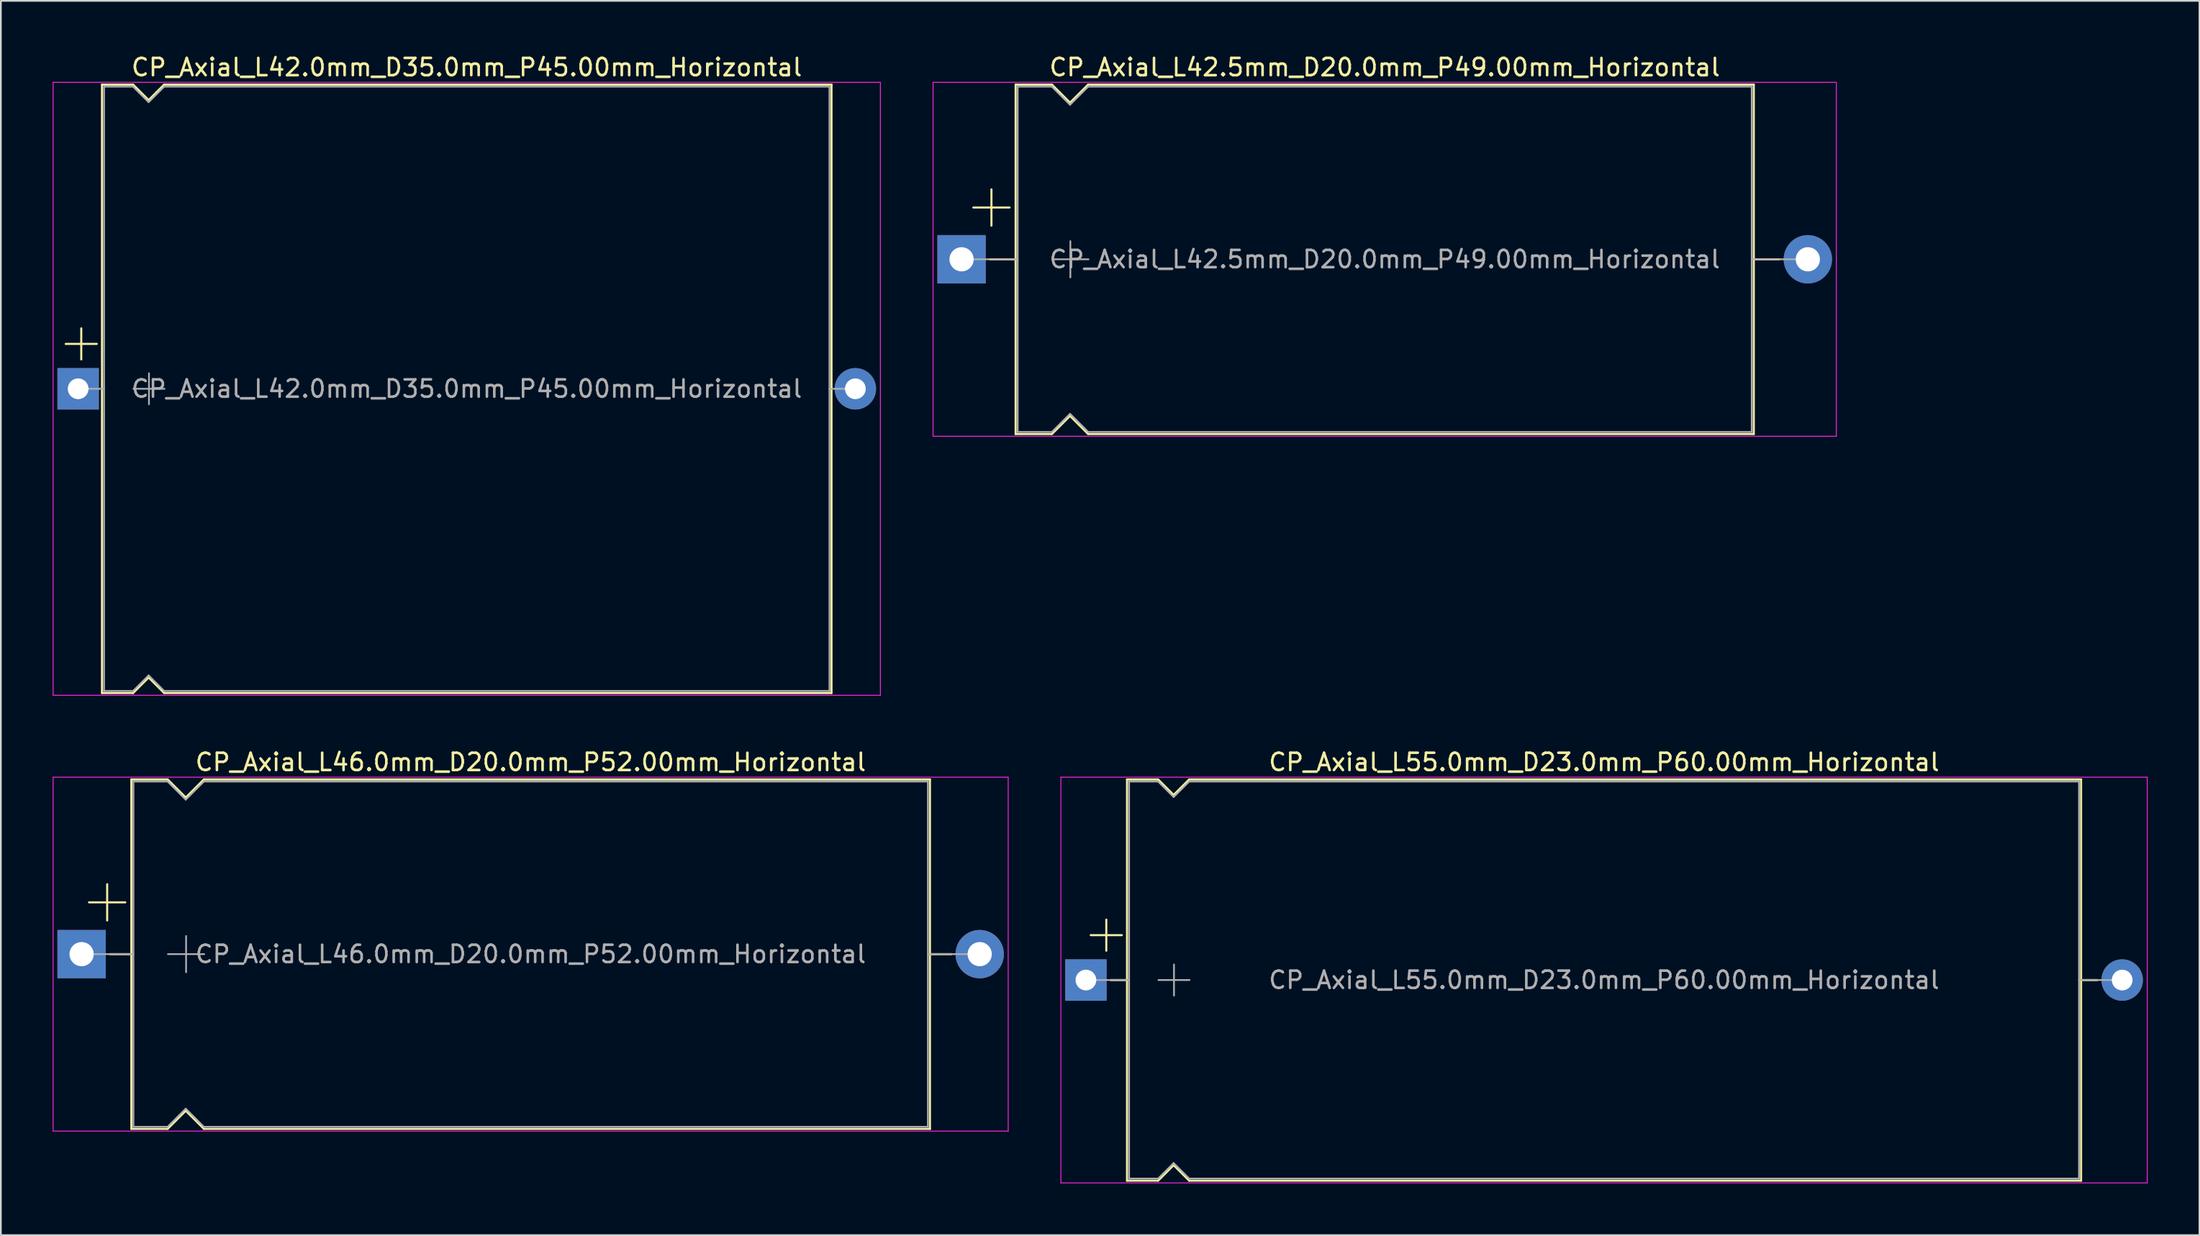
<source format=kicad_pcb>
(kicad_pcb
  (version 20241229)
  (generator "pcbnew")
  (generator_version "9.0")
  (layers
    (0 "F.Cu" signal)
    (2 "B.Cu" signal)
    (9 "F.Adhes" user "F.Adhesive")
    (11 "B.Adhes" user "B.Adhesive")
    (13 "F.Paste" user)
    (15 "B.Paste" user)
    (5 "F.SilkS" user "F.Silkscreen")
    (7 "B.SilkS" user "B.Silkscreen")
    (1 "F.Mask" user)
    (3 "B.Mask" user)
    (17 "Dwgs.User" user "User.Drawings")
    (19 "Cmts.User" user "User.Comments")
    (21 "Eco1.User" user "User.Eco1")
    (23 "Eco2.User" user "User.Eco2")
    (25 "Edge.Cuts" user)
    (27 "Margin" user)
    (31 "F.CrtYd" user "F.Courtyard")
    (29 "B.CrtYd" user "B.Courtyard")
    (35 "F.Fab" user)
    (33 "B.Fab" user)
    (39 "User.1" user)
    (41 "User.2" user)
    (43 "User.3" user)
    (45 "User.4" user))
  (footprint "CP_Axial_L42.0mm_D35.0mm_P45.00mm_Horizontal"
    (layer "F.Cu")
    (at 1.475 19.468)
    (property "Reference" "CP_Axial_L42.0mm_D35.0mm_P45.00mm_Horizontal" (at 22.5 -18.62 0) (layer "F.SilkS") (effects (font (size 1 1) (thickness 0.15))))
    (attr through_hole)
    (fp_line (start -0.72 -2.6) (end 1.08 -2.6) (stroke (width 0.12) (type solid)) (layer "F.SilkS"))
    (fp_line (start 0.18 -3.5) (end 0.18 -1.7) (stroke (width 0.12) (type solid)) (layer "F.SilkS"))
    (fp_line (start 1.38 -17.62) (end 1.38 17.62) (stroke (width 0.12) (type solid)) (layer "F.SilkS"))
    (fp_line (start 1.38 -17.62) (end 3.18 -17.62) (stroke (width 0.12) (type solid)) (layer "F.SilkS"))
    (fp_line (start 1.38 17.62) (end 3.18 17.62) (stroke (width 0.12) (type solid)) (layer "F.SilkS"))
    (fp_line (start 3.18 -17.62) (end 4.08 -16.72) (stroke (width 0.12) (type solid)) (layer "F.SilkS"))
    (fp_line (start 3.18 17.62) (end 4.08 16.72) (stroke (width 0.12) (type solid)) (layer "F.SilkS"))
    (fp_line (start 4.08 -16.72) (end 4.98 -17.62) (stroke (width 0.12) (type solid)) (layer "F.SilkS"))
    (fp_line (start 4.08 16.72) (end 4.98 17.62) (stroke (width 0.12) (type solid)) (layer "F.SilkS"))
    (fp_line (start 4.98 -17.62) (end 43.62 -17.62) (stroke (width 0.12) (type solid)) (layer "F.SilkS"))
    (fp_line (start 4.98 17.62) (end 43.62 17.62) (stroke (width 0.12) (type solid)) (layer "F.SilkS"))
    (fp_line (start 43.62 -17.62) (end 43.62 17.62) (stroke (width 0.12) (type solid)) (layer "F.SilkS"))
    (fp_line (start -1.45 -17.75) (end -1.45 17.75) (stroke (width 0.05) (type solid)) (layer "F.CrtYd"))
    (fp_line (start -1.45 17.75) (end 46.45 17.75) (stroke (width 0.05) (type solid)) (layer "F.CrtYd"))
    (fp_line (start 46.45 -17.75) (end -1.45 -17.75) (stroke (width 0.05) (type solid)) (layer "F.CrtYd"))
    (fp_line (start 46.45 17.75) (end 46.45 -17.75) (stroke (width 0.05) (type solid)) (layer "F.CrtYd"))
    (fp_line (start 0 0) (end 1.5 0) (stroke (width 0.1) (type solid)) (layer "F.Fab"))
    (fp_line (start 1.5 -17.5) (end 1.5 17.5) (stroke (width 0.1) (type solid)) (layer "F.Fab"))
    (fp_line (start 1.5 -17.5) (end 3.18 -17.5) (stroke (width 0.1) (type solid)) (layer "F.Fab"))
    (fp_line (start 1.5 17.5) (end 3.18 17.5) (stroke (width 0.1) (type solid)) (layer "F.Fab"))
    (fp_line (start 3.18 -17.5) (end 4.08 -16.6) (stroke (width 0.1) (type solid)) (layer "F.Fab"))
    (fp_line (start 3.18 17.5) (end 4.08 16.6) (stroke (width 0.1) (type solid)) (layer "F.Fab"))
    (fp_line (start 3.2 0) (end 5 0) (stroke (width 0.1) (type solid)) (layer "F.Fab"))
    (fp_line (start 4.08 -16.6) (end 4.98 -17.5) (stroke (width 0.1) (type solid)) (layer "F.Fab"))
    (fp_line (start 4.08 16.6) (end 4.98 17.5) (stroke (width 0.1) (type solid)) (layer "F.Fab"))
    (fp_line (start 4.1 -0.9) (end 4.1 0.9) (stroke (width 0.1) (type solid)) (layer "F.Fab"))
    (fp_line (start 4.98 -17.5) (end 43.5 -17.5) (stroke (width 0.1) (type solid)) (layer "F.Fab"))
    (fp_line (start 4.98 17.5) (end 43.5 17.5) (stroke (width 0.1) (type solid)) (layer "F.Fab"))
    (fp_line (start 43.5 -17.5) (end 43.5 17.5) (stroke (width 0.1) (type solid)) (layer "F.Fab"))
    (fp_line (start 45 0) (end 43.5 0) (stroke (width 0.1) (type solid)) (layer "F.Fab"))
    (fp_text user "${REFERENCE}" (at 22.5 0 0) (layer "F.Fab") (effects (font (size 1 1) (thickness 0.15))))
    (pad "1" thru_hole rect (at 0 0) (size 2.4 2.4) (drill 1.2) (layers "*.Cu" "*.Mask"))
    (pad "2" thru_hole oval (at 45 0) (size 2.4 2.4) (drill 1.2) (layers "*.Cu" "*.Mask")))
  (footprint "CP_Axial_L55.0mm_D23.0mm_P60.00mm_Horizontal"
    (layer "F.Cu")
    (at 59.825 53.712)
    (property "Reference" "CP_Axial_L55.0mm_D23.0mm_P60.00mm_Horizontal" (at 30 -12.62 0) (layer "F.SilkS") (effects (font (size 1 1) (thickness 0.15))))
    (attr through_hole)
    (fp_line (start 0.28 -2.6) (end 2.08 -2.6) (stroke (width 0.12) (type solid)) (layer "F.SilkS"))
    (fp_line (start 1.18 -3.5) (end 1.18 -1.7) (stroke (width 0.12) (type solid)) (layer "F.SilkS"))
    (fp_line (start 1.44 0) (end 2.38 0) (stroke (width 0.12) (type solid)) (layer "F.SilkS"))
    (fp_line (start 2.38 -11.62) (end 2.38 11.62) (stroke (width 0.12) (type solid)) (layer "F.SilkS"))
    (fp_line (start 2.38 -11.62) (end 4.18 -11.62) (stroke (width 0.12) (type solid)) (layer "F.SilkS"))
    (fp_line (start 2.38 11.62) (end 4.18 11.62) (stroke (width 0.12) (type solid)) (layer "F.SilkS"))
    (fp_line (start 4.18 -11.62) (end 5.08 -10.72) (stroke (width 0.12) (type solid)) (layer "F.SilkS"))
    (fp_line (start 4.18 11.62) (end 5.08 10.72) (stroke (width 0.12) (type solid)) (layer "F.SilkS"))
    (fp_line (start 5.08 -10.72) (end 5.98 -11.62) (stroke (width 0.12) (type solid)) (layer "F.SilkS"))
    (fp_line (start 5.08 10.72) (end 5.98 11.62) (stroke (width 0.12) (type solid)) (layer "F.SilkS"))
    (fp_line (start 5.98 -11.62) (end 57.62 -11.62) (stroke (width 0.12) (type solid)) (layer "F.SilkS"))
    (fp_line (start 5.98 11.62) (end 57.62 11.62) (stroke (width 0.12) (type solid)) (layer "F.SilkS"))
    (fp_line (start 57.62 -11.62) (end 57.62 11.62) (stroke (width 0.12) (type solid)) (layer "F.SilkS"))
    (fp_line (start 58.56 0) (end 57.62 0) (stroke (width 0.12) (type solid)) (layer "F.SilkS"))
    (fp_line (start -1.45 -11.75) (end -1.45 11.75) (stroke (width 0.05) (type solid)) (layer "F.CrtYd"))
    (fp_line (start -1.45 11.75) (end 61.45 11.75) (stroke (width 0.05) (type solid)) (layer "F.CrtYd"))
    (fp_line (start 61.45 -11.75) (end -1.45 -11.75) (stroke (width 0.05) (type solid)) (layer "F.CrtYd"))
    (fp_line (start 61.45 11.75) (end 61.45 -11.75) (stroke (width 0.05) (type solid)) (layer "F.CrtYd"))
    (fp_line (start 0 0) (end 2.5 0) (stroke (width 0.1) (type solid)) (layer "F.Fab"))
    (fp_line (start 2.5 -11.5) (end 2.5 11.5) (stroke (width 0.1) (type solid)) (layer "F.Fab"))
    (fp_line (start 2.5 -11.5) (end 4.18 -11.5) (stroke (width 0.1) (type solid)) (layer "F.Fab"))
    (fp_line (start 2.5 11.5) (end 4.18 11.5) (stroke (width 0.1) (type solid)) (layer "F.Fab"))
    (fp_line (start 4.18 -11.5) (end 5.08 -10.6) (stroke (width 0.1) (type solid)) (layer "F.Fab"))
    (fp_line (start 4.18 11.5) (end 5.08 10.6) (stroke (width 0.1) (type solid)) (layer "F.Fab"))
    (fp_line (start 4.2 0) (end 6 0) (stroke (width 0.1) (type solid)) (layer "F.Fab"))
    (fp_line (start 5.08 -10.6) (end 5.98 -11.5) (stroke (width 0.1) (type solid)) (layer "F.Fab"))
    (fp_line (start 5.08 10.6) (end 5.98 11.5) (stroke (width 0.1) (type solid)) (layer "F.Fab"))
    (fp_line (start 5.1 -0.9) (end 5.1 0.9) (stroke (width 0.1) (type solid)) (layer "F.Fab"))
    (fp_line (start 5.98 -11.5) (end 57.5 -11.5) (stroke (width 0.1) (type solid)) (layer "F.Fab"))
    (fp_line (start 5.98 11.5) (end 57.5 11.5) (stroke (width 0.1) (type solid)) (layer "F.Fab"))
    (fp_line (start 57.5 -11.5) (end 57.5 11.5) (stroke (width 0.1) (type solid)) (layer "F.Fab"))
    (fp_line (start 60 0) (end 57.5 0) (stroke (width 0.1) (type solid)) (layer "F.Fab"))
    (fp_text user "${REFERENCE}" (at 30 0 0) (layer "F.Fab") (effects (font (size 1 1) (thickness 0.15))))
    (pad "1" thru_hole rect (at 0 0) (size 2.4 2.4) (drill 1.2) (layers "*.Cu" "*.Mask"))
    (pad "2" thru_hole oval (at 60 0) (size 2.4 2.4) (drill 1.2) (layers "*.Cu" "*.Mask")))
  (footprint "CP_Axial_L42.5mm_D20.0mm_P49.00mm_Horizontal"
    (layer "F.Cu")
    (at 52.625 11.968)
    (property "Reference" "CP_Axial_L42.5mm_D20.0mm_P49.00mm_Horizontal" (at 24.5 -11.12 0) (layer "F.SilkS") (effects (font (size 1 1) (thickness 0.15))))
    (attr through_hole)
    (fp_line (start 0.68 -3) (end 2.78 -3) (stroke (width 0.12) (type solid)) (layer "F.SilkS"))
    (fp_line (start 1.64 0) (end 3.13 0) (stroke (width 0.12) (type solid)) (layer "F.SilkS"))
    (fp_line (start 1.73 -4.05) (end 1.73 -1.95) (stroke (width 0.12) (type solid)) (layer "F.SilkS"))
    (fp_line (start 3.13 -10.12) (end 3.13 10.12) (stroke (width 0.12) (type solid)) (layer "F.SilkS"))
    (fp_line (start 3.13 -10.12) (end 5.23 -10.12) (stroke (width 0.12) (type solid)) (layer "F.SilkS"))
    (fp_line (start 3.13 10.12) (end 5.23 10.12) (stroke (width 0.12) (type solid)) (layer "F.SilkS"))
    (fp_line (start 5.23 -10.12) (end 6.28 -9.07) (stroke (width 0.12) (type solid)) (layer "F.SilkS"))
    (fp_line (start 5.23 10.12) (end 6.28 9.07) (stroke (width 0.12) (type solid)) (layer "F.SilkS"))
    (fp_line (start 6.28 -9.07) (end 7.33 -10.12) (stroke (width 0.12) (type solid)) (layer "F.SilkS"))
    (fp_line (start 6.28 9.07) (end 7.33 10.12) (stroke (width 0.12) (type solid)) (layer "F.SilkS"))
    (fp_line (start 7.33 -10.12) (end 45.87 -10.12) (stroke (width 0.12) (type solid)) (layer "F.SilkS"))
    (fp_line (start 7.33 10.12) (end 45.87 10.12) (stroke (width 0.12) (type solid)) (layer "F.SilkS"))
    (fp_line (start 45.87 -10.12) (end 45.87 10.12) (stroke (width 0.12) (type solid)) (layer "F.SilkS"))
    (fp_line (start 47.36 0) (end 45.87 0) (stroke (width 0.12) (type solid)) (layer "F.SilkS"))
    (fp_line (start -1.65 -10.25) (end -1.65 10.25) (stroke (width 0.05) (type solid)) (layer "F.CrtYd"))
    (fp_line (start -1.65 10.25) (end 50.65 10.25) (stroke (width 0.05) (type solid)) (layer "F.CrtYd"))
    (fp_line (start 50.65 -10.25) (end -1.65 -10.25) (stroke (width 0.05) (type solid)) (layer "F.CrtYd"))
    (fp_line (start 50.65 10.25) (end 50.65 -10.25) (stroke (width 0.05) (type solid)) (layer "F.CrtYd"))
    (fp_line (start 0 0) (end 3.25 0) (stroke (width 0.1) (type solid)) (layer "F.Fab"))
    (fp_line (start 3.25 -10) (end 3.25 10) (stroke (width 0.1) (type solid)) (layer "F.Fab"))
    (fp_line (start 3.25 -10) (end 5.23 -10) (stroke (width 0.1) (type solid)) (layer "F.Fab"))
    (fp_line (start 3.25 10) (end 5.23 10) (stroke (width 0.1) (type solid)) (layer "F.Fab"))
    (fp_line (start 5.23 -10) (end 6.28 -8.95) (stroke (width 0.1) (type solid)) (layer "F.Fab"))
    (fp_line (start 5.23 10) (end 6.28 8.95) (stroke (width 0.1) (type solid)) (layer "F.Fab"))
    (fp_line (start 5.25 0) (end 7.35 0) (stroke (width 0.1) (type solid)) (layer "F.Fab"))
    (fp_line (start 6.28 -8.95) (end 7.33 -10) (stroke (width 0.1) (type solid)) (layer "F.Fab"))
    (fp_line (start 6.28 8.95) (end 7.33 10) (stroke (width 0.1) (type solid)) (layer "F.Fab"))
    (fp_line (start 6.3 -1.05) (end 6.3 1.05) (stroke (width 0.1) (type solid)) (layer "F.Fab"))
    (fp_line (start 7.33 -10) (end 45.75 -10) (stroke (width 0.1) (type solid)) (layer "F.Fab"))
    (fp_line (start 7.33 10) (end 45.75 10) (stroke (width 0.1) (type solid)) (layer "F.Fab"))
    (fp_line (start 45.75 -10) (end 45.75 10) (stroke (width 0.1) (type solid)) (layer "F.Fab"))
    (fp_line (start 49 0) (end 45.75 0) (stroke (width 0.1) (type solid)) (layer "F.Fab"))
    (fp_text user "${REFERENCE}" (at 24.5 0 0) (layer "F.Fab") (effects (font (size 1 1) (thickness 0.15))))
    (pad "1" thru_hole rect (at 0 0) (size 2.8 2.8) (drill 1.4) (layers "*.Cu" "*.Mask"))
    (pad "2" thru_hole oval (at 49 0) (size 2.8 2.8) (drill 1.4) (layers "*.Cu" "*.Mask")))
  (footprint "CP_Axial_L46.0mm_D20.0mm_P52.00mm_Horizontal"
    (layer "F.Cu")
    (at 1.675 52.212)
    (property "Reference" "CP_Axial_L46.0mm_D20.0mm_P52.00mm_Horizontal" (at 26 -11.12 0) (layer "F.SilkS") (effects (font (size 1 1) (thickness 0.15))))
    (attr through_hole)
    (fp_line (start 0.43 -3) (end 2.53 -3) (stroke (width 0.12) (type solid)) (layer "F.SilkS"))
    (fp_line (start 1.48 -4.05) (end 1.48 -1.95) (stroke (width 0.12) (type solid)) (layer "F.SilkS"))
    (fp_line (start 1.64 0) (end 2.88 0) (stroke (width 0.12) (type solid)) (layer "F.SilkS"))
    (fp_line (start 2.88 -10.12) (end 2.88 10.12) (stroke (width 0.12) (type solid)) (layer "F.SilkS"))
    (fp_line (start 2.88 -10.12) (end 4.98 -10.12) (stroke (width 0.12) (type solid)) (layer "F.SilkS"))
    (fp_line (start 2.88 10.12) (end 4.98 10.12) (stroke (width 0.12) (type solid)) (layer "F.SilkS"))
    (fp_line (start 4.98 -10.12) (end 6.03 -9.07) (stroke (width 0.12) (type solid)) (layer "F.SilkS"))
    (fp_line (start 4.98 10.12) (end 6.03 9.07) (stroke (width 0.12) (type solid)) (layer "F.SilkS"))
    (fp_line (start 6.03 -9.07) (end 7.08 -10.12) (stroke (width 0.12) (type solid)) (layer "F.SilkS"))
    (fp_line (start 6.03 9.07) (end 7.08 10.12) (stroke (width 0.12) (type solid)) (layer "F.SilkS"))
    (fp_line (start 7.08 -10.12) (end 49.12 -10.12) (stroke (width 0.12) (type solid)) (layer "F.SilkS"))
    (fp_line (start 7.08 10.12) (end 49.12 10.12) (stroke (width 0.12) (type solid)) (layer "F.SilkS"))
    (fp_line (start 49.12 -10.12) (end 49.12 10.12) (stroke (width 0.12) (type solid)) (layer "F.SilkS"))
    (fp_line (start 50.36 0) (end 49.12 0) (stroke (width 0.12) (type solid)) (layer "F.SilkS"))
    (fp_line (start -1.65 -10.25) (end -1.65 10.25) (stroke (width 0.05) (type solid)) (layer "F.CrtYd"))
    (fp_line (start -1.65 10.25) (end 53.65 10.25) (stroke (width 0.05) (type solid)) (layer "F.CrtYd"))
    (fp_line (start 53.65 -10.25) (end -1.65 -10.25) (stroke (width 0.05) (type solid)) (layer "F.CrtYd"))
    (fp_line (start 53.65 10.25) (end 53.65 -10.25) (stroke (width 0.05) (type solid)) (layer "F.CrtYd"))
    (fp_line (start 0 0) (end 3 0) (stroke (width 0.1) (type solid)) (layer "F.Fab"))
    (fp_line (start 3 -10) (end 3 10) (stroke (width 0.1) (type solid)) (layer "F.Fab"))
    (fp_line (start 3 -10) (end 4.98 -10) (stroke (width 0.1) (type solid)) (layer "F.Fab"))
    (fp_line (start 3 10) (end 4.98 10) (stroke (width 0.1) (type solid)) (layer "F.Fab"))
    (fp_line (start 4.98 -10) (end 6.03 -8.95) (stroke (width 0.1) (type solid)) (layer "F.Fab"))
    (fp_line (start 4.98 10) (end 6.03 8.95) (stroke (width 0.1) (type solid)) (layer "F.Fab"))
    (fp_line (start 5 0) (end 7.1 0) (stroke (width 0.1) (type solid)) (layer "F.Fab"))
    (fp_line (start 6.03 -8.95) (end 7.08 -10) (stroke (width 0.1) (type solid)) (layer "F.Fab"))
    (fp_line (start 6.03 8.95) (end 7.08 10) (stroke (width 0.1) (type solid)) (layer "F.Fab"))
    (fp_line (start 6.05 -1.05) (end 6.05 1.05) (stroke (width 0.1) (type solid)) (layer "F.Fab"))
    (fp_line (start 7.08 -10) (end 49 -10) (stroke (width 0.1) (type solid)) (layer "F.Fab"))
    (fp_line (start 7.08 10) (end 49 10) (stroke (width 0.1) (type solid)) (layer "F.Fab"))
    (fp_line (start 49 -10) (end 49 10) (stroke (width 0.1) (type solid)) (layer "F.Fab"))
    (fp_line (start 52 0) (end 49 0) (stroke (width 0.1) (type solid)) (layer "F.Fab"))
    (fp_text user "${REFERENCE}" (at 26 0 0) (layer "F.Fab") (effects (font (size 1 1) (thickness 0.15))))
    (pad "1" thru_hole rect (at 0 0) (size 2.8 2.8) (drill 1.4) (layers "*.Cu" "*.Mask"))
    (pad "2" thru_hole oval (at 52 0) (size 2.8 2.8) (drill 1.4) (layers "*.Cu" "*.Mask")))
  (gr_rect
    (start -3 -3)
    (end 124.3 68.487)
    (stroke (width 0.1) (type default))
    (fill no)
    (layer "Edge.Cuts")))
</source>
